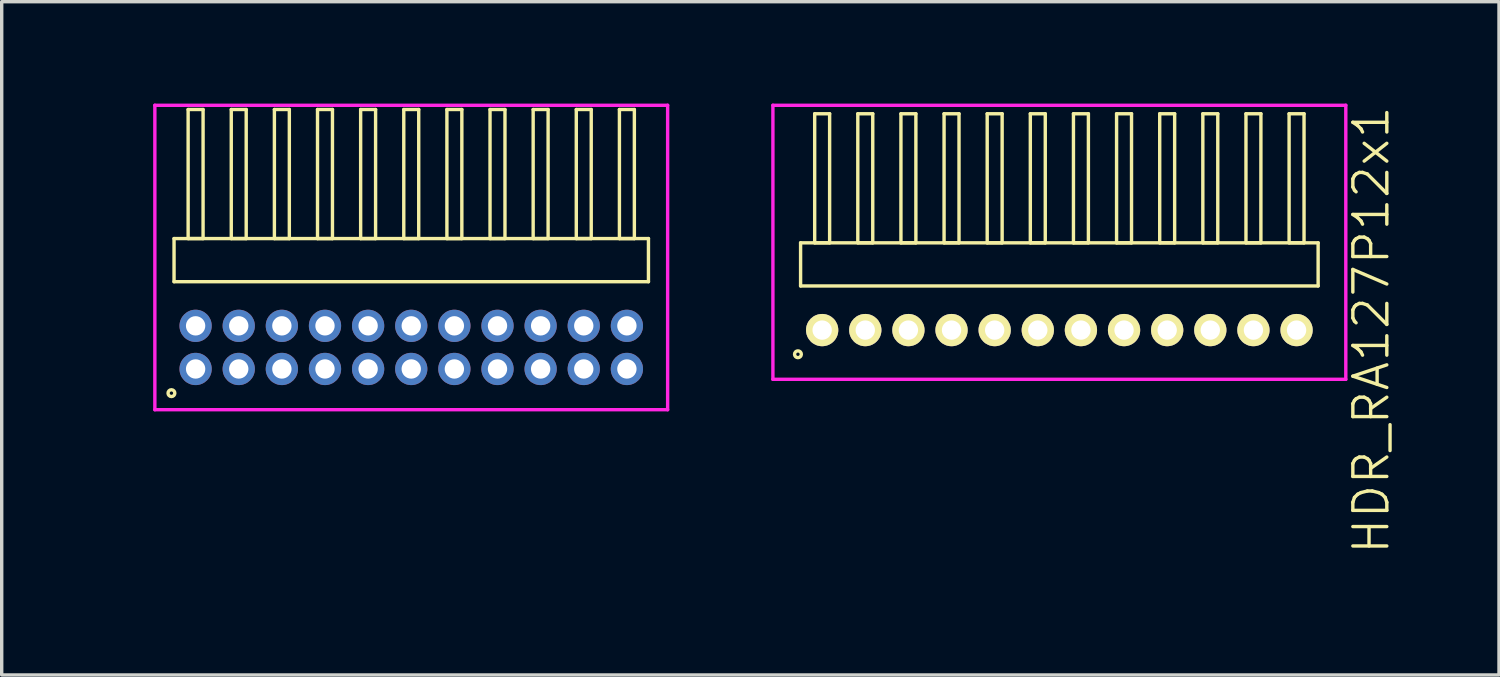
<source format=kicad_pcb>
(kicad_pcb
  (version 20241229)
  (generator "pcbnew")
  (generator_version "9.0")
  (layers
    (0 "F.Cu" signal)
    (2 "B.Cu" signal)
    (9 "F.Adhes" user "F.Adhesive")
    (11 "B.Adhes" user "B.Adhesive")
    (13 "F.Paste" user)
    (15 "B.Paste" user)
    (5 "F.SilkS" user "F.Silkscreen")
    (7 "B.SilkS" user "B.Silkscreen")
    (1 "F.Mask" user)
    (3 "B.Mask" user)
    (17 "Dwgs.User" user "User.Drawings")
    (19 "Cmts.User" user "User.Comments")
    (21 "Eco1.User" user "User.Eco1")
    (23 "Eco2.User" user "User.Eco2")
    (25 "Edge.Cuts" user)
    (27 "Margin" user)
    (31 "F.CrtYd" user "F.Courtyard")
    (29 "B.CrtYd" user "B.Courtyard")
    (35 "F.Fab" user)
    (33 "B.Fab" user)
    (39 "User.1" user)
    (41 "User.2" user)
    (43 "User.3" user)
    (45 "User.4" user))
  (footprint "HDR_RA127P11x2"
    (layer "F.Cu")
    (at 9.06 7.18)
    (property "Reference" "HDR_RA127P11x2" (at -8.3 0 90) (layer "User.1") (effects (font (size 1 1) (thickness 0.1))))
    (attr through_hole)
    (fp_line (start -6.985 -3.205) (end -6.985 -1.935) (stroke (width 0.1) (type solid)) (layer "F.SilkS"))
    (fp_line (start -6.985 -1.935) (end 6.985 -1.935) (stroke (width 0.1) (type solid)) (layer "F.SilkS"))
    (fp_line (start -6.57 -7.005) (end -6.57 -3.205) (stroke (width 0.1) (type solid)) (layer "F.SilkS"))
    (fp_line (start -6.57 -3.205) (end -6.13 -3.205) (stroke (width 0.1) (type solid)) (layer "F.SilkS"))
    (fp_line (start -6.13 -7.005) (end -6.57 -7.005) (stroke (width 0.1) (type solid)) (layer "F.SilkS"))
    (fp_line (start -6.13 -3.205) (end -6.13 -7.005) (stroke (width 0.1) (type solid)) (layer "F.SilkS"))
    (fp_line (start -5.3 -7.005) (end -5.3 -3.205) (stroke (width 0.1) (type solid)) (layer "F.SilkS"))
    (fp_line (start -5.3 -3.205) (end -4.86 -3.205) (stroke (width 0.1) (type solid)) (layer "F.SilkS"))
    (fp_line (start -4.86 -7.005) (end -5.3 -7.005) (stroke (width 0.1) (type solid)) (layer "F.SilkS"))
    (fp_line (start -4.86 -3.205) (end -4.86 -7.005) (stroke (width 0.1) (type solid)) (layer "F.SilkS"))
    (fp_line (start -4.03 -7.005) (end -4.03 -3.205) (stroke (width 0.1) (type solid)) (layer "F.SilkS"))
    (fp_line (start -4.03 -3.205) (end -3.59 -3.205) (stroke (width 0.1) (type solid)) (layer "F.SilkS"))
    (fp_line (start -3.59 -7.005) (end -4.03 -7.005) (stroke (width 0.1) (type solid)) (layer "F.SilkS"))
    (fp_line (start -3.59 -3.205) (end -3.59 -7.005) (stroke (width 0.1) (type solid)) (layer "F.SilkS"))
    (fp_line (start -2.76 -7.005) (end -2.76 -3.205) (stroke (width 0.1) (type solid)) (layer "F.SilkS"))
    (fp_line (start -2.76 -3.205) (end -2.32 -3.205) (stroke (width 0.1) (type solid)) (layer "F.SilkS"))
    (fp_line (start -2.32 -7.005) (end -2.76 -7.005) (stroke (width 0.1) (type solid)) (layer "F.SilkS"))
    (fp_line (start -2.32 -3.205) (end -2.32 -7.005) (stroke (width 0.1) (type solid)) (layer "F.SilkS"))
    (fp_line (start -1.49 -7.005) (end -1.49 -3.205) (stroke (width 0.1) (type solid)) (layer "F.SilkS"))
    (fp_line (start -1.49 -3.205) (end -1.05 -3.205) (stroke (width 0.1) (type solid)) (layer "F.SilkS"))
    (fp_line (start -1.05 -7.005) (end -1.49 -7.005) (stroke (width 0.1) (type solid)) (layer "F.SilkS"))
    (fp_line (start -1.05 -3.205) (end -1.05 -7.005) (stroke (width 0.1) (type solid)) (layer "F.SilkS"))
    (fp_line (start -0.22 -7.005) (end -0.22 -3.205) (stroke (width 0.1) (type solid)) (layer "F.SilkS"))
    (fp_line (start -0.22 -3.205) (end 0.22 -3.205) (stroke (width 0.1) (type solid)) (layer "F.SilkS"))
    (fp_line (start 0.22 -7.005) (end -0.22 -7.005) (stroke (width 0.1) (type solid)) (layer "F.SilkS"))
    (fp_line (start 0.22 -3.205) (end 0.22 -7.005) (stroke (width 0.1) (type solid)) (layer "F.SilkS"))
    (fp_line (start 1.05 -7.005) (end 1.05 -3.205) (stroke (width 0.1) (type solid)) (layer "F.SilkS"))
    (fp_line (start 1.05 -3.205) (end 1.49 -3.205) (stroke (width 0.1) (type solid)) (layer "F.SilkS"))
    (fp_line (start 1.49 -7.005) (end 1.05 -7.005) (stroke (width 0.1) (type solid)) (layer "F.SilkS"))
    (fp_line (start 1.49 -3.205) (end 1.49 -7.005) (stroke (width 0.1) (type solid)) (layer "F.SilkS"))
    (fp_line (start 2.32 -7.005) (end 2.32 -3.205) (stroke (width 0.1) (type solid)) (layer "F.SilkS"))
    (fp_line (start 2.32 -3.205) (end 2.76 -3.205) (stroke (width 0.1) (type solid)) (layer "F.SilkS"))
    (fp_line (start 2.76 -7.005) (end 2.32 -7.005) (stroke (width 0.1) (type solid)) (layer "F.SilkS"))
    (fp_line (start 2.76 -3.205) (end 2.76 -7.005) (stroke (width 0.1) (type solid)) (layer "F.SilkS"))
    (fp_line (start 3.59 -7.005) (end 3.59 -3.205) (stroke (width 0.1) (type solid)) (layer "F.SilkS"))
    (fp_line (start 3.59 -3.205) (end 4.03 -3.205) (stroke (width 0.1) (type solid)) (layer "F.SilkS"))
    (fp_line (start 4.03 -7.005) (end 3.59 -7.005) (stroke (width 0.1) (type solid)) (layer "F.SilkS"))
    (fp_line (start 4.03 -3.205) (end 4.03 -7.005) (stroke (width 0.1) (type solid)) (layer "F.SilkS"))
    (fp_line (start 4.86 -7.005) (end 4.86 -3.205) (stroke (width 0.1) (type solid)) (layer "F.SilkS"))
    (fp_line (start 4.86 -3.205) (end 5.3 -3.205) (stroke (width 0.1) (type solid)) (layer "F.SilkS"))
    (fp_line (start 5.3 -7.005) (end 4.86 -7.005) (stroke (width 0.1) (type solid)) (layer "F.SilkS"))
    (fp_line (start 5.3 -3.205) (end 5.3 -7.005) (stroke (width 0.1) (type solid)) (layer "F.SilkS"))
    (fp_line (start 6.13 -7.005) (end 6.13 -3.205) (stroke (width 0.1) (type solid)) (layer "F.SilkS"))
    (fp_line (start 6.13 -3.205) (end 6.57 -3.205) (stroke (width 0.1) (type solid)) (layer "F.SilkS"))
    (fp_line (start 6.57 -7.005) (end 6.13 -7.005) (stroke (width 0.1) (type solid)) (layer "F.SilkS"))
    (fp_line (start 6.57 -3.205) (end 6.57 -7.005) (stroke (width 0.1) (type solid)) (layer "F.SilkS"))
    (fp_line (start 6.985 -3.205) (end -6.985 -3.205) (stroke (width 0.1) (type solid)) (layer "F.SilkS"))
    (fp_line (start 6.985 -1.935) (end 6.985 -3.205) (stroke (width 0.1) (type solid)) (layer "F.SilkS"))
    (fp_circle (center -7.062 1.347) (end -6.962 1.347) (stroke (width 0.1) (type solid)) (fill no) (layer "F.SilkS"))
    (fp_line (start -7.55 -7.13) (end -7.55 1.835) (stroke (width 0.1) (type solid)) (layer "F.CrtYd"))
    (fp_line (start -7.55 1.835) (end 7.55 1.835) (stroke (width 0.1) (type solid)) (layer "F.CrtYd"))
    (fp_line (start 7.55 -7.13) (end -7.55 -7.13) (stroke (width 0.1) (type solid)) (layer "F.CrtYd"))
    (fp_line (start 7.55 1.835) (end 7.55 -7.13) (stroke (width 0.1) (type solid)) (layer "F.CrtYd"))
    (pad "1" thru_hole oval (at -6.35 0.635) (size 0.95 0.95) (drill 0.57) (layers "*.Cu" "*.Mask"))
    (pad "2" thru_hole oval (at -6.35 -0.635) (size 0.95 0.95) (drill 0.57) (layers "*.Cu" "*.Mask"))
    (pad "3" thru_hole oval (at -5.08 0.635) (size 0.95 0.95) (drill 0.57) (layers "*.Cu" "*.Mask"))
    (pad "4" thru_hole oval (at -5.08 -0.635) (size 0.95 0.95) (drill 0.57) (layers "*.Cu" "*.Mask"))
    (pad "5" thru_hole oval (at -3.81 0.635) (size 0.95 0.95) (drill 0.57) (layers "*.Cu" "*.Mask"))
    (pad "6" thru_hole oval (at -3.81 -0.635) (size 0.95 0.95) (drill 0.57) (layers "*.Cu" "*.Mask"))
    (pad "7" thru_hole oval (at -2.54 0.635) (size 0.95 0.95) (drill 0.57) (layers "*.Cu" "*.Mask"))
    (pad "8" thru_hole oval (at -2.54 -0.635) (size 0.95 0.95) (drill 0.57) (layers "*.Cu" "*.Mask"))
    (pad "9" thru_hole oval (at -1.27 0.635) (size 0.95 0.95) (drill 0.57) (layers "*.Cu" "*.Mask"))
    (pad "10" thru_hole oval (at -1.27 -0.635) (size 0.95 0.95) (drill 0.57) (layers "*.Cu" "*.Mask"))
    (pad "11" thru_hole oval (at 0 0.635) (size 0.95 0.95) (drill 0.57) (layers "*.Cu" "*.Mask"))
    (pad "12" thru_hole oval (at 0 -0.635) (size 0.95 0.95) (drill 0.57) (layers "*.Cu" "*.Mask"))
    (pad "13" thru_hole oval (at 1.27 0.635) (size 0.95 0.95) (drill 0.57) (layers "*.Cu" "*.Mask"))
    (pad "14" thru_hole oval (at 1.27 -0.635) (size 0.95 0.95) (drill 0.57) (layers "*.Cu" "*.Mask"))
    (pad "15" thru_hole oval (at 2.54 0.635) (size 0.95 0.95) (drill 0.57) (layers "*.Cu" "*.Mask"))
    (pad "16" thru_hole oval (at 2.54 -0.635) (size 0.95 0.95) (drill 0.57) (layers "*.Cu" "*.Mask"))
    (pad "17" thru_hole oval (at 3.81 0.635) (size 0.95 0.95) (drill 0.57) (layers "*.Cu" "*.Mask"))
    (pad "18" thru_hole oval (at 3.81 -0.635) (size 0.95 0.95) (drill 0.57) (layers "*.Cu" "*.Mask"))
    (pad "19" thru_hole oval (at 5.08 0.635) (size 0.95 0.95) (drill 0.57) (layers "*.Cu" "*.Mask"))
    (pad "20" thru_hole oval (at 5.08 -0.635) (size 0.95 0.95) (drill 0.57) (layers "*.Cu" "*.Mask"))
    (pad "21" thru_hole oval (at 6.35 0.635) (size 0.95 0.95) (drill 0.57) (layers "*.Cu" "*.Mask"))
    (pad "22" thru_hole oval (at 6.35 -0.635) (size 0.95 0.95) (drill 0.57) (layers "*.Cu" "*.Mask")))
  (footprint "HDR_RA127P12x1"
    (layer "F.Cu")
    (at 28.145 6.67)
    (property "Reference" "HDR_RA127P12x1" (at 9.185 0 90) (layer "F.SilkS") (effects (font (size 1 1) (thickness 0.1))))
    (attr through_hole)
    (fp_line (start -7.62 -2.57) (end -7.62 -1.3) (stroke (width 0.1) (type solid)) (layer "F.SilkS"))
    (fp_line (start -7.62 -1.3) (end 7.62 -1.3) (stroke (width 0.1) (type solid)) (layer "F.SilkS"))
    (fp_line (start -7.205 -6.37) (end -7.205 -2.57) (stroke (width 0.1) (type solid)) (layer "F.SilkS"))
    (fp_line (start -7.205 -2.57) (end -6.765 -2.57) (stroke (width 0.1) (type solid)) (layer "F.SilkS"))
    (fp_line (start -6.765 -6.37) (end -7.205 -6.37) (stroke (width 0.1) (type solid)) (layer "F.SilkS"))
    (fp_line (start -6.765 -2.57) (end -6.765 -6.37) (stroke (width 0.1) (type solid)) (layer "F.SilkS"))
    (fp_line (start -5.935 -6.37) (end -5.935 -2.57) (stroke (width 0.1) (type solid)) (layer "F.SilkS"))
    (fp_line (start -5.935 -2.57) (end -5.495 -2.57) (stroke (width 0.1) (type solid)) (layer "F.SilkS"))
    (fp_line (start -5.495 -6.37) (end -5.935 -6.37) (stroke (width 0.1) (type solid)) (layer "F.SilkS"))
    (fp_line (start -5.495 -2.57) (end -5.495 -6.37) (stroke (width 0.1) (type solid)) (layer "F.SilkS"))
    (fp_line (start -4.665 -6.37) (end -4.665 -2.57) (stroke (width 0.1) (type solid)) (layer "F.SilkS"))
    (fp_line (start -4.665 -2.57) (end -4.225 -2.57) (stroke (width 0.1) (type solid)) (layer "F.SilkS"))
    (fp_line (start -4.225 -6.37) (end -4.665 -6.37) (stroke (width 0.1) (type solid)) (layer "F.SilkS"))
    (fp_line (start -4.225 -2.57) (end -4.225 -6.37) (stroke (width 0.1) (type solid)) (layer "F.SilkS"))
    (fp_line (start -3.395 -6.37) (end -3.395 -2.57) (stroke (width 0.1) (type solid)) (layer "F.SilkS"))
    (fp_line (start -3.395 -2.57) (end -2.955 -2.57) (stroke (width 0.1) (type solid)) (layer "F.SilkS"))
    (fp_line (start -2.955 -6.37) (end -3.395 -6.37) (stroke (width 0.1) (type solid)) (layer "F.SilkS"))
    (fp_line (start -2.955 -2.57) (end -2.955 -6.37) (stroke (width 0.1) (type solid)) (layer "F.SilkS"))
    (fp_line (start -2.125 -6.37) (end -2.125 -2.57) (stroke (width 0.1) (type solid)) (layer "F.SilkS"))
    (fp_line (start -2.125 -2.57) (end -1.685 -2.57) (stroke (width 0.1) (type solid)) (layer "F.SilkS"))
    (fp_line (start -1.685 -6.37) (end -2.125 -6.37) (stroke (width 0.1) (type solid)) (layer "F.SilkS"))
    (fp_line (start -1.685 -2.57) (end -1.685 -6.37) (stroke (width 0.1) (type solid)) (layer "F.SilkS"))
    (fp_line (start -0.855 -6.37) (end -0.855 -2.57) (stroke (width 0.1) (type solid)) (layer "F.SilkS"))
    (fp_line (start -0.855 -2.57) (end -0.415 -2.57) (stroke (width 0.1) (type solid)) (layer "F.SilkS"))
    (fp_line (start -0.415 -6.37) (end -0.855 -6.37) (stroke (width 0.1) (type solid)) (layer "F.SilkS"))
    (fp_line (start -0.415 -2.57) (end -0.415 -6.37) (stroke (width 0.1) (type solid)) (layer "F.SilkS"))
    (fp_line (start 0.415 -6.37) (end 0.415 -2.57) (stroke (width 0.1) (type solid)) (layer "F.SilkS"))
    (fp_line (start 0.415 -2.57) (end 0.855 -2.57) (stroke (width 0.1) (type solid)) (layer "F.SilkS"))
    (fp_line (start 0.855 -6.37) (end 0.415 -6.37) (stroke (width 0.1) (type solid)) (layer "F.SilkS"))
    (fp_line (start 0.855 -2.57) (end 0.855 -6.37) (stroke (width 0.1) (type solid)) (layer "F.SilkS"))
    (fp_line (start 1.685 -6.37) (end 1.685 -2.57) (stroke (width 0.1) (type solid)) (layer "F.SilkS"))
    (fp_line (start 1.685 -2.57) (end 2.125 -2.57) (stroke (width 0.1) (type solid)) (layer "F.SilkS"))
    (fp_line (start 2.125 -6.37) (end 1.685 -6.37) (stroke (width 0.1) (type solid)) (layer "F.SilkS"))
    (fp_line (start 2.125 -2.57) (end 2.125 -6.37) (stroke (width 0.1) (type solid)) (layer "F.SilkS"))
    (fp_line (start 2.955 -6.37) (end 2.955 -2.57) (stroke (width 0.1) (type solid)) (layer "F.SilkS"))
    (fp_line (start 2.955 -2.57) (end 3.395 -2.57) (stroke (width 0.1) (type solid)) (layer "F.SilkS"))
    (fp_line (start 3.395 -6.37) (end 2.955 -6.37) (stroke (width 0.1) (type solid)) (layer "F.SilkS"))
    (fp_line (start 3.395 -2.57) (end 3.395 -6.37) (stroke (width 0.1) (type solid)) (layer "F.SilkS"))
    (fp_line (start 4.225 -6.37) (end 4.225 -2.57) (stroke (width 0.1) (type solid)) (layer "F.SilkS"))
    (fp_line (start 4.225 -2.57) (end 4.665 -2.57) (stroke (width 0.1) (type solid)) (layer "F.SilkS"))
    (fp_line (start 4.665 -6.37) (end 4.225 -6.37) (stroke (width 0.1) (type solid)) (layer "F.SilkS"))
    (fp_line (start 4.665 -2.57) (end 4.665 -6.37) (stroke (width 0.1) (type solid)) (layer "F.SilkS"))
    (fp_line (start 5.495 -6.37) (end 5.495 -2.57) (stroke (width 0.1) (type solid)) (layer "F.SilkS"))
    (fp_line (start 5.495 -2.57) (end 5.935 -2.57) (stroke (width 0.1) (type solid)) (layer "F.SilkS"))
    (fp_line (start 5.935 -6.37) (end 5.495 -6.37) (stroke (width 0.1) (type solid)) (layer "F.SilkS"))
    (fp_line (start 5.935 -2.57) (end 5.935 -6.37) (stroke (width 0.1) (type solid)) (layer "F.SilkS"))
    (fp_line (start 6.765 -6.37) (end 6.765 -2.57) (stroke (width 0.1) (type solid)) (layer "F.SilkS"))
    (fp_line (start 6.765 -2.57) (end 7.205 -2.57) (stroke (width 0.1) (type solid)) (layer "F.SilkS"))
    (fp_line (start 7.205 -6.37) (end 6.765 -6.37) (stroke (width 0.1) (type solid)) (layer "F.SilkS"))
    (fp_line (start 7.205 -2.57) (end 7.205 -6.37) (stroke (width 0.1) (type solid)) (layer "F.SilkS"))
    (fp_line (start 7.62 -2.57) (end -7.62 -2.57) (stroke (width 0.1) (type solid)) (layer "F.SilkS"))
    (fp_line (start 7.62 -1.3) (end 7.62 -2.57) (stroke (width 0.1) (type solid)) (layer "F.SilkS"))
    (fp_circle (center -7.698 0.712) (end -7.598 0.712) (stroke (width 0.1) (type solid)) (fill no) (layer "F.SilkS"))
    (fp_line (start -8.435 -6.62) (end -8.435 1.45) (stroke (width 0.1) (type solid)) (layer "F.CrtYd"))
    (fp_line (start -8.435 1.45) (end 8.435 1.45) (stroke (width 0.1) (type solid)) (layer "F.CrtYd"))
    (fp_line (start 8.435 -6.62) (end -8.435 -6.62) (stroke (width 0.1) (type solid)) (layer "F.CrtYd"))
    (fp_line (start 8.435 1.45) (end 8.435 -6.62) (stroke (width 0.1) (type solid)) (layer "F.CrtYd"))
    (pad "1" thru_hole oval (at -6.985 0) (size 0.95 0.95) (drill 0.57) (layers "*.Cu" "*.Mask" "F.SilkS"))
    (pad "2" thru_hole oval (at -5.715 0) (size 0.95 0.95) (drill 0.57) (layers "*.Cu" "*.Mask" "F.SilkS"))
    (pad "3" thru_hole oval (at -4.445 0) (size 0.95 0.95) (drill 0.57) (layers "*.Cu" "*.Mask" "F.SilkS"))
    (pad "4" thru_hole oval (at -3.175 0) (size 0.95 0.95) (drill 0.57) (layers "*.Cu" "*.Mask" "F.SilkS"))
    (pad "5" thru_hole oval (at -1.905 0) (size 0.95 0.95) (drill 0.57) (layers "*.Cu" "*.Mask" "F.SilkS"))
    (pad "6" thru_hole oval (at -0.635 0) (size 0.95 0.95) (drill 0.57) (layers "*.Cu" "*.Mask" "F.SilkS"))
    (pad "7" thru_hole oval (at 0.635 0) (size 0.95 0.95) (drill 0.57) (layers "*.Cu" "*.Mask" "F.SilkS"))
    (pad "8" thru_hole oval (at 1.905 0) (size 0.95 0.95) (drill 0.57) (layers "*.Cu" "*.Mask" "F.SilkS"))
    (pad "9" thru_hole oval (at 3.175 0) (size 0.95 0.95) (drill 0.57) (layers "*.Cu" "*.Mask" "F.SilkS"))
    (pad "10" thru_hole oval (at 4.445 0) (size 0.95 0.95) (drill 0.57) (layers "*.Cu" "*.Mask" "F.SilkS"))
    (pad "11" thru_hole oval (at 5.715 0) (size 0.95 0.95) (drill 0.57) (layers "*.Cu" "*.Mask" "F.SilkS"))
    (pad "12" thru_hole oval (at 6.985 0) (size 0.95 0.95) (drill 0.57) (layers "*.Cu" "*.Mask" "F.SilkS")))
  (gr_rect
    (start -3 -3)
    (end 41.091 16.825)
    (stroke (width 0.1) (type default))
    (fill no)
    (layer "Edge.Cuts")))
</source>
